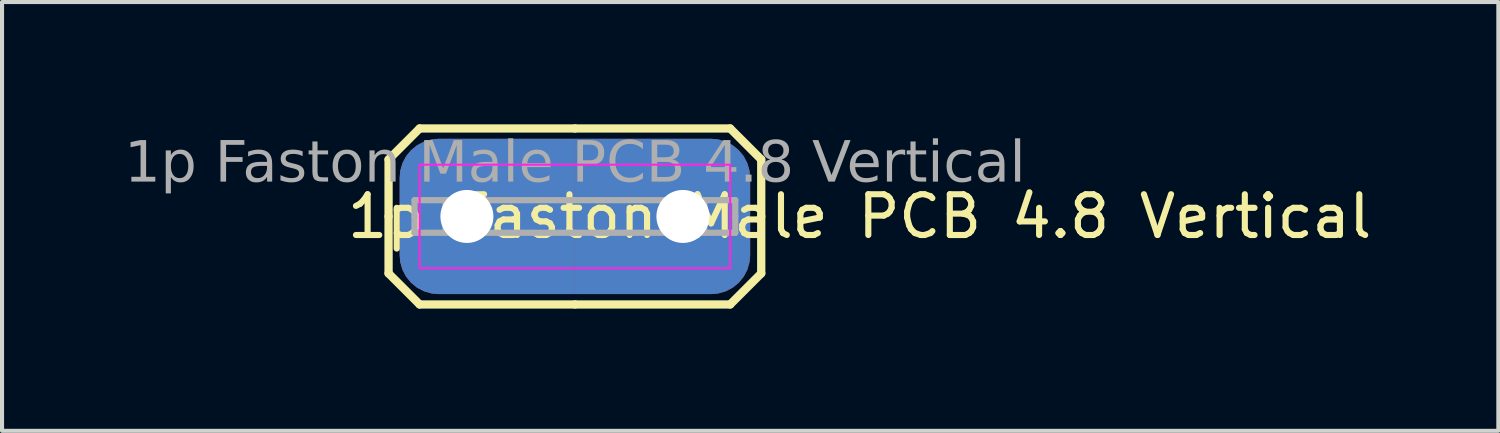
<source format=kicad_pcb>
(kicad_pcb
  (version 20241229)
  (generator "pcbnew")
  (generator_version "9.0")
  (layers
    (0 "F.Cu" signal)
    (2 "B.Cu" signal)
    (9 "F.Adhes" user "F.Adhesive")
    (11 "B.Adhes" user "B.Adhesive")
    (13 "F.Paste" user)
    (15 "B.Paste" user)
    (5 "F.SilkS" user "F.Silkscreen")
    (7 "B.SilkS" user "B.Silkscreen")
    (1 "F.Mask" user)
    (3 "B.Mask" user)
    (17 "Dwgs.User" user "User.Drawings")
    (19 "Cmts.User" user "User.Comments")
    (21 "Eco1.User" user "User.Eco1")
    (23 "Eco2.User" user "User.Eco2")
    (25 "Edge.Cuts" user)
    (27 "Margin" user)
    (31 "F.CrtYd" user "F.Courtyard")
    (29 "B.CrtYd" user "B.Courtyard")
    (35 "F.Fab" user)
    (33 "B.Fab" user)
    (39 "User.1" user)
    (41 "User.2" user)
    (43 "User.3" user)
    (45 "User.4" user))
  (footprint "1p Faston Male PCB 4.8 Vertical"
    (layer "F.Cu")
    (at 11.056 2.261)
    (property "Reference" "1p Faston Male PCB 4.8 Vertical" (at 6.985 0 0) (unlocked yes) (layer "F.SilkS") (effects (font (size 1 1) (thickness 0.15))))
    (attr through_hole)
    (fp_line (start -4.572 -1.397) (end -4.572 0) (stroke (width 0.203) (type solid)) (layer "F.SilkS"))
    (fp_line (start -4.572 -1.397) (end -3.81 -2.159) (stroke (width 0.203) (type solid)) (layer "F.SilkS"))
    (fp_line (start -4.572 1.397) (end -4.572 0) (stroke (width 0.203) (type solid)) (layer "F.SilkS"))
    (fp_line (start -4.572 1.397) (end -3.81 2.159) (stroke (width 0.203) (type solid)) (layer "F.SilkS"))
    (fp_line (start -3.81 -2.159) (end 0 -2.159) (stroke (width 0.203) (type solid)) (layer "F.SilkS"))
    (fp_line (start -3.81 2.159) (end 0 2.159) (stroke (width 0.203) (type solid)) (layer "F.SilkS"))
    (fp_line (start 3.81 -2.159) (end 0 -2.159) (stroke (width 0.203) (type solid)) (layer "F.SilkS"))
    (fp_line (start 3.81 2.159) (end 0 2.159) (stroke (width 0.203) (type solid)) (layer "F.SilkS"))
    (fp_line (start 4.572 -1.397) (end 3.81 -2.159) (stroke (width 0.203) (type solid)) (layer "F.SilkS"))
    (fp_line (start 4.572 -1.397) (end 4.572 0) (stroke (width 0.203) (type solid)) (layer "F.SilkS"))
    (fp_line (start 4.572 1.397) (end 3.81 2.159) (stroke (width 0.203) (type solid)) (layer "F.SilkS"))
    (fp_line (start 4.572 1.397) (end 4.572 0) (stroke (width 0.203) (type solid)) (layer "F.SilkS"))
    (fp_rect (start -3.81 -1.27) (end 3.81 1.27) (stroke (width 0.05) (type default)) (fill no) (layer "F.CrtYd"))
    (fp_line (start -3.935 0) (end -3.935 -0.4) (stroke (width 0.152) (type solid)) (layer "F.Fab"))
    (fp_line (start -3.935 0) (end -3.935 0.4) (stroke (width 0.152) (type solid)) (layer "F.Fab"))
    (fp_line (start -3.175 0) (end -3.175 -0.4) (stroke (width 0.152) (type solid)) (layer "F.Fab"))
    (fp_line (start -3.175 0) (end -3.175 0.4) (stroke (width 0.152) (type solid)) (layer "F.Fab"))
    (fp_line (start 0 -0.4) (end -3.935 -0.4) (stroke (width 0.152) (type solid)) (layer "F.Fab"))
    (fp_line (start 0 -0.4) (end 3.935 -0.4) (stroke (width 0.152) (type solid)) (layer "F.Fab"))
    (fp_line (start 0 0.4) (end -3.935 0.4) (stroke (width 0.152) (type solid)) (layer "F.Fab"))
    (fp_line (start 0 0.4) (end 3.935 0.4) (stroke (width 0.152) (type solid)) (layer "F.Fab"))
    (fp_line (start 3.175 0) (end 3.175 -0.4) (stroke (width 0.152) (type solid)) (layer "F.Fab"))
    (fp_line (start 3.175 0) (end 3.175 0.4) (stroke (width 0.152) (type solid)) (layer "F.Fab"))
    (fp_line (start 3.935 0) (end 3.935 -0.4) (stroke (width 0.152) (type solid)) (layer "F.Fab"))
    (fp_line (start 3.935 0) (end 3.935 0.4) (stroke (width 0.152) (type solid)) (layer "F.Fab"))
    (fp_text user "${REFERENCE}" (at 0 -1.27 0) (layer "F.Fab") (effects (font (face "Tahoma") (size 1 1) (thickness 0.15))))
    (pad "1" thru_hole roundrect (at -2.65 0) (size 4.3 3.81) (drill 1.3 (offset 0.5 0)) (layers "*.Cu" "*.Mask") (remove_unused_layers yes) (keep_end_layers yes) (zone_layer_connections) (roundrect_rratio 0.25) (chamfer_ratio 0) (chamfer top_right bottom_right))
    (pad "1" thru_hole roundrect (at 2.65 0 180) (size 4.3 3.81) (drill 1.3 (offset 0.5 0)) (layers "*.Cu" "*.Mask") (remove_unused_layers yes) (keep_end_layers yes) (zone_layer_connections) (roundrect_rratio 0.25) (chamfer_ratio 0) (chamfer top_right bottom_right)))
  (gr_rect
    (start -3 -3)
    (end 33.714 7.521)
    (stroke (width 0.1) (type default))
    (fill no)
    (layer "Edge.Cuts")))
</source>
